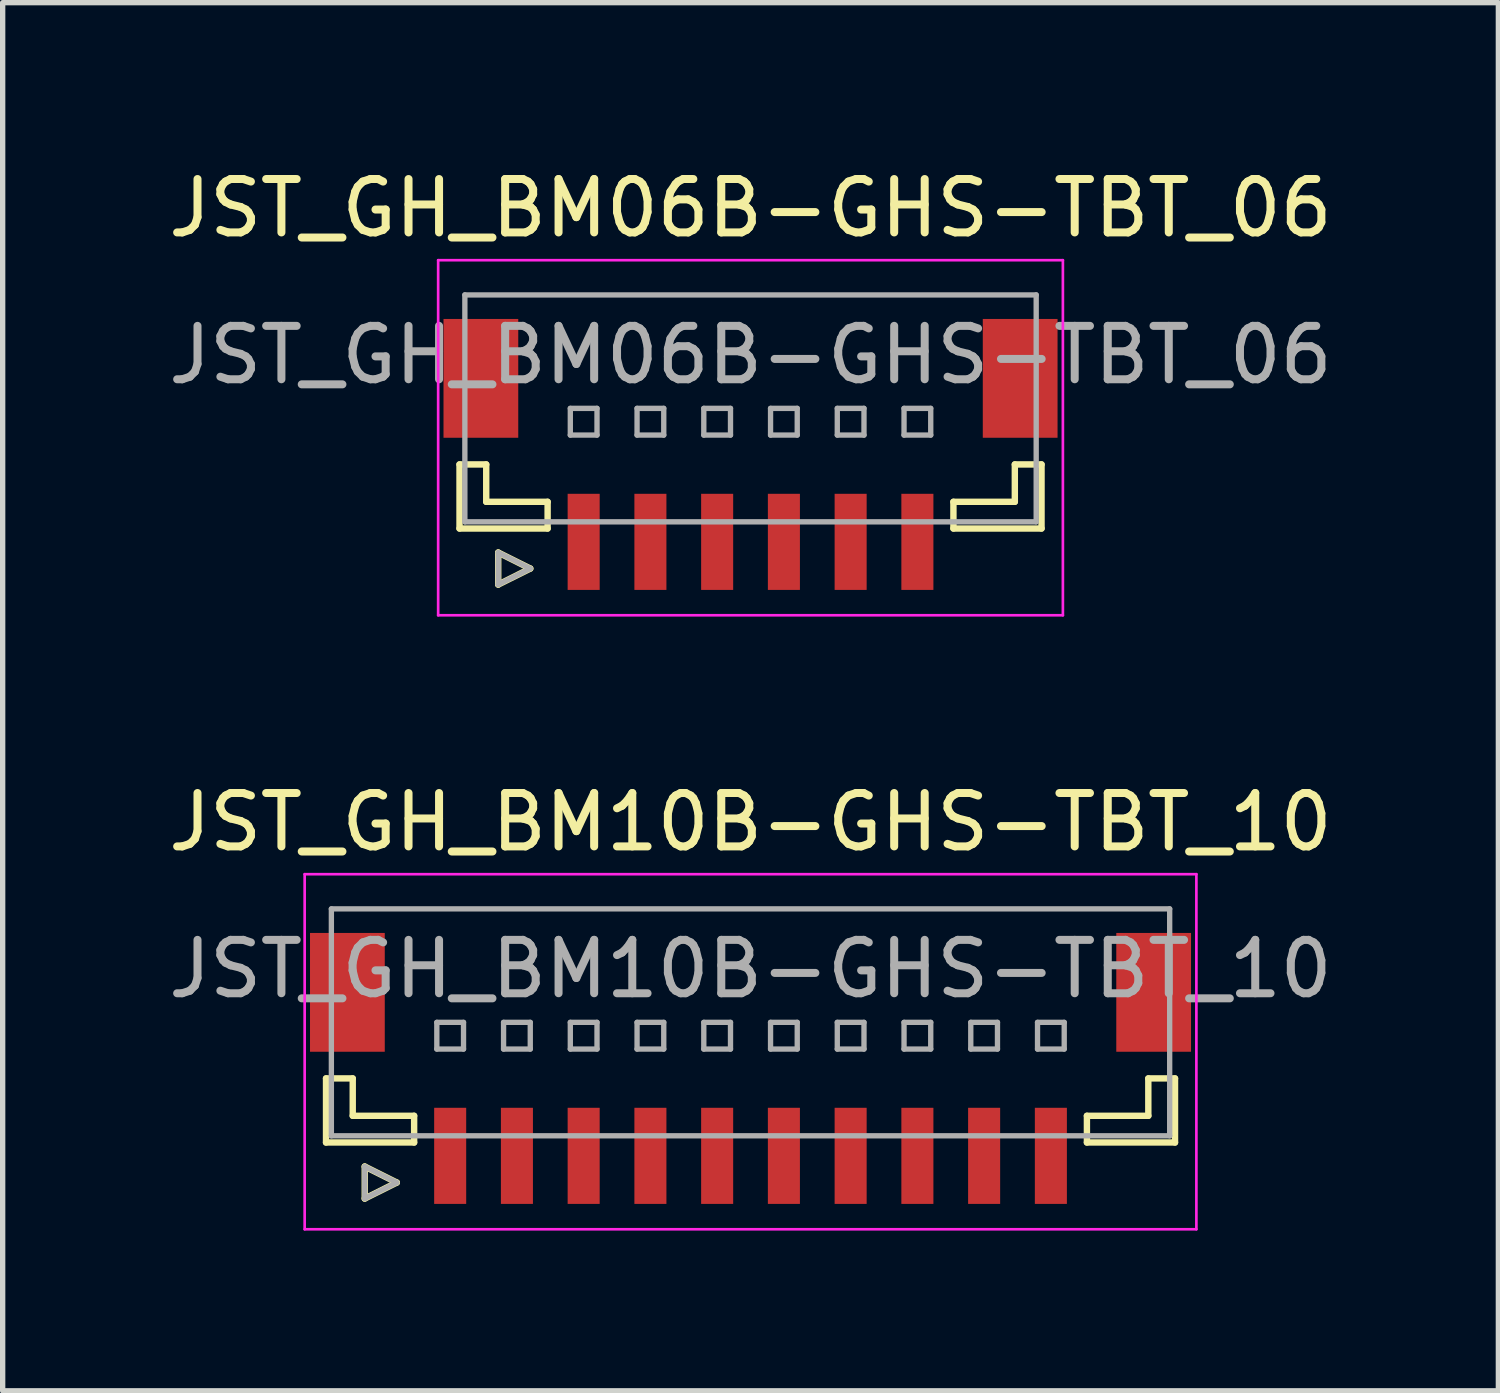
<source format=kicad_pcb>
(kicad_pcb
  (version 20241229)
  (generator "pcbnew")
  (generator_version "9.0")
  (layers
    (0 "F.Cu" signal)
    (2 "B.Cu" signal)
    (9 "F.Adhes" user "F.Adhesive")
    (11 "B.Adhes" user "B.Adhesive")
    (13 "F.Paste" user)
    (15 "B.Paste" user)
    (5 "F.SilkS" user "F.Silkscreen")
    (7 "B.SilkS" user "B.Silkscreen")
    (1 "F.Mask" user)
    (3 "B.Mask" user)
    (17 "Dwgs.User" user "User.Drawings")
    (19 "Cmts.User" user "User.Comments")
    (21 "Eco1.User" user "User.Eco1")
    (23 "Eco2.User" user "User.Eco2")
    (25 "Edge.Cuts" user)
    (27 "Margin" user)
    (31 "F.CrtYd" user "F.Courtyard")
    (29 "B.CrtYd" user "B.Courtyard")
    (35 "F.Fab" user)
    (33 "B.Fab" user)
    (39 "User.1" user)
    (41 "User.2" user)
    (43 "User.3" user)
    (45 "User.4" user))
  (footprint "JST_GH_BM06B-GHS-TBT_06"
    (layer "F.Cu")
    (at 11.006 5.423)
    (property "Reference" "JST_GH_BM06B-GHS-TBT_06" (at 0 -4.575 0) (layer "F.SilkS") (effects (font (size 1 1) (thickness 0.15))))
    (attr smd)
    (fp_line (start -5.45 0.225) (end -5.45 1.425) (stroke (width 0.12) (type solid)) (layer "F.SilkS"))
    (fp_line (start -5.45 1.425) (end -3.8 1.425) (stroke (width 0.12) (type solid)) (layer "F.SilkS"))
    (fp_line (start -4.95 0.225) (end -5.45 0.225) (stroke (width 0.12) (type solid)) (layer "F.SilkS"))
    (fp_line (start -4.95 0.925) (end -4.95 0.225) (stroke (width 0.12) (type solid)) (layer "F.SilkS"))
    (fp_line (start -4.725 1.875) (end -4.125 2.175) (stroke (width 0.12) (type solid)) (layer "F.SilkS"))
    (fp_line (start -4.725 2.475) (end -4.725 1.875) (stroke (width 0.12) (type solid)) (layer "F.SilkS"))
    (fp_line (start -4.125 2.175) (end -4.725 2.475) (stroke (width 0.12) (type solid)) (layer "F.SilkS"))
    (fp_line (start -3.8 0.925) (end -4.95 0.925) (stroke (width 0.12) (type solid)) (layer "F.SilkS"))
    (fp_line (start -3.8 1.425) (end -3.8 0.925) (stroke (width 0.12) (type solid)) (layer "F.SilkS"))
    (fp_line (start 3.8 0.925) (end 4.95 0.925) (stroke (width 0.12) (type solid)) (layer "F.SilkS"))
    (fp_line (start 3.8 1.425) (end 3.8 0.925) (stroke (width 0.12) (type solid)) (layer "F.SilkS"))
    (fp_line (start 4.95 0.225) (end 5.45 0.225) (stroke (width 0.12) (type solid)) (layer "F.SilkS"))
    (fp_line (start 4.95 0.925) (end 4.95 0.225) (stroke (width 0.12) (type solid)) (layer "F.SilkS"))
    (fp_line (start 5.45 0.225) (end 5.45 1.425) (stroke (width 0.12) (type solid)) (layer "F.SilkS"))
    (fp_line (start 5.45 1.425) (end 3.8 1.425) (stroke (width 0.12) (type solid)) (layer "F.SilkS"))
    (fp_line (start -5.85 -3.6) (end 5.85 -3.6) (stroke (width 0.05) (type solid)) (layer "F.CrtYd"))
    (fp_line (start -5.85 3.05) (end -5.85 -3.6) (stroke (width 0.05) (type solid)) (layer "F.CrtYd"))
    (fp_line (start 5.85 -3.6) (end 5.85 3.05) (stroke (width 0.05) (type solid)) (layer "F.CrtYd"))
    (fp_line (start 5.85 3.05) (end -5.85 3.05) (stroke (width 0.05) (type solid)) (layer "F.CrtYd"))
    (fp_line (start -5.35 -2.95) (end 5.35 -2.95) (stroke (width 0.1) (type solid)) (layer "F.Fab"))
    (fp_line (start -5.35 1.3) (end -5.35 -2.95) (stroke (width 0.1) (type solid)) (layer "F.Fab"))
    (fp_line (start -4.725 1.875) (end -4.125 2.175) (stroke (width 0.1) (type solid)) (layer "F.Fab"))
    (fp_line (start -4.725 2.475) (end -4.725 1.875) (stroke (width 0.1) (type solid)) (layer "F.Fab"))
    (fp_line (start -4.125 2.175) (end -4.725 2.475) (stroke (width 0.1) (type solid)) (layer "F.Fab"))
    (fp_line (start -3.375 -0.825) (end -2.875 -0.825) (stroke (width 0.1) (type solid)) (layer "F.Fab"))
    (fp_line (start -3.375 -0.325) (end -3.375 -0.825) (stroke (width 0.1) (type solid)) (layer "F.Fab"))
    (fp_line (start -2.875 -0.825) (end -2.875 -0.325) (stroke (width 0.1) (type solid)) (layer "F.Fab"))
    (fp_line (start -2.875 -0.325) (end -3.375 -0.325) (stroke (width 0.1) (type solid)) (layer "F.Fab"))
    (fp_line (start -2.125 -0.825) (end -1.625 -0.825) (stroke (width 0.1) (type solid)) (layer "F.Fab"))
    (fp_line (start -2.125 -0.325) (end -2.125 -0.825) (stroke (width 0.1) (type solid)) (layer "F.Fab"))
    (fp_line (start -1.625 -0.825) (end -1.625 -0.325) (stroke (width 0.1) (type solid)) (layer "F.Fab"))
    (fp_line (start -1.625 -0.325) (end -2.125 -0.325) (stroke (width 0.1) (type solid)) (layer "F.Fab"))
    (fp_line (start -0.875 -0.825) (end -0.375 -0.825) (stroke (width 0.1) (type solid)) (layer "F.Fab"))
    (fp_line (start -0.875 -0.325) (end -0.875 -0.825) (stroke (width 0.1) (type solid)) (layer "F.Fab"))
    (fp_line (start -0.375 -0.825) (end -0.375 -0.325) (stroke (width 0.1) (type solid)) (layer "F.Fab"))
    (fp_line (start -0.375 -0.325) (end -0.875 -0.325) (stroke (width 0.1) (type solid)) (layer "F.Fab"))
    (fp_line (start 0.375 -0.825) (end 0.875 -0.825) (stroke (width 0.1) (type solid)) (layer "F.Fab"))
    (fp_line (start 0.375 -0.325) (end 0.375 -0.825) (stroke (width 0.1) (type solid)) (layer "F.Fab"))
    (fp_line (start 0.875 -0.825) (end 0.875 -0.325) (stroke (width 0.1) (type solid)) (layer "F.Fab"))
    (fp_line (start 0.875 -0.325) (end 0.375 -0.325) (stroke (width 0.1) (type solid)) (layer "F.Fab"))
    (fp_line (start 1.625 -0.825) (end 2.125 -0.825) (stroke (width 0.1) (type solid)) (layer "F.Fab"))
    (fp_line (start 1.625 -0.325) (end 1.625 -0.825) (stroke (width 0.1) (type solid)) (layer "F.Fab"))
    (fp_line (start 2.125 -0.825) (end 2.125 -0.325) (stroke (width 0.1) (type solid)) (layer "F.Fab"))
    (fp_line (start 2.125 -0.325) (end 1.625 -0.325) (stroke (width 0.1) (type solid)) (layer "F.Fab"))
    (fp_line (start 2.875 -0.825) (end 3.375 -0.825) (stroke (width 0.1) (type solid)) (layer "F.Fab"))
    (fp_line (start 2.875 -0.325) (end 2.875 -0.825) (stroke (width 0.1) (type solid)) (layer "F.Fab"))
    (fp_line (start 3.375 -0.825) (end 3.375 -0.325) (stroke (width 0.1) (type solid)) (layer "F.Fab"))
    (fp_line (start 3.375 -0.325) (end 2.875 -0.325) (stroke (width 0.1) (type solid)) (layer "F.Fab"))
    (fp_line (start 5.35 -2.95) (end 5.35 1.3) (stroke (width 0.1) (type solid)) (layer "F.Fab"))
    (fp_line (start 5.35 1.3) (end -5.35 1.3) (stroke (width 0.1) (type solid)) (layer "F.Fab"))
    (fp_text user "${REFERENCE}" (at 0 -1.825 0) (layer "F.Fab") (effects (font (size 1 1) (thickness 0.15))))
    (pad "" smd rect (at -5.05 -1.387) (size 1.4 2.225) (layers "F.Cu" "F.Mask" "F.Paste"))
    (pad "" smd rect (at 5.05 -1.387) (size 1.4 2.225) (layers "F.Cu" "F.Mask" "F.Paste"))
    (pad "1" smd rect (at -3.125 1.675) (size 0.6 1.8) (layers "F.Cu" "F.Mask" "F.Paste"))
    (pad "2" smd rect (at -1.875 1.675) (size 0.6 1.8) (layers "F.Cu" "F.Mask" "F.Paste"))
    (pad "3" smd rect (at -0.625 1.675) (size 0.6 1.8) (layers "F.Cu" "F.Mask" "F.Paste"))
    (pad "4" smd rect (at 0.625 1.675) (size 0.6 1.8) (layers "F.Cu" "F.Mask" "F.Paste"))
    (pad "5" smd rect (at 1.875 1.675) (size 0.6 1.8) (layers "F.Cu" "F.Mask" "F.Paste"))
    (pad "6" smd rect (at 3.125 1.675) (size 0.6 1.8) (layers "F.Cu" "F.Mask" "F.Paste")))
  (footprint "JST_GH_BM10B-GHS-TBT_10"
    (layer "F.Cu")
    (at 11.006 16.922)
    (property "Reference" "JST_GH_BM10B-GHS-TBT_10" (at 0 -4.575 0) (layer "F.SilkS") (effects (font (size 1 1) (thickness 0.15))))
    (attr smd)
    (fp_line (start -7.95 0.225) (end -7.95 1.425) (stroke (width 0.12) (type solid)) (layer "F.SilkS"))
    (fp_line (start -7.95 1.425) (end -6.3 1.425) (stroke (width 0.12) (type solid)) (layer "F.SilkS"))
    (fp_line (start -7.45 0.225) (end -7.95 0.225) (stroke (width 0.12) (type solid)) (layer "F.SilkS"))
    (fp_line (start -7.45 0.925) (end -7.45 0.225) (stroke (width 0.12) (type solid)) (layer "F.SilkS"))
    (fp_line (start -7.225 1.875) (end -6.625 2.175) (stroke (width 0.12) (type solid)) (layer "F.SilkS"))
    (fp_line (start -7.225 2.475) (end -7.225 1.875) (stroke (width 0.12) (type solid)) (layer "F.SilkS"))
    (fp_line (start -6.625 2.175) (end -7.225 2.475) (stroke (width 0.12) (type solid)) (layer "F.SilkS"))
    (fp_line (start -6.3 0.925) (end -7.45 0.925) (stroke (width 0.12) (type solid)) (layer "F.SilkS"))
    (fp_line (start -6.3 1.425) (end -6.3 0.925) (stroke (width 0.12) (type solid)) (layer "F.SilkS"))
    (fp_line (start 6.3 0.925) (end 7.45 0.925) (stroke (width 0.12) (type solid)) (layer "F.SilkS"))
    (fp_line (start 6.3 1.425) (end 6.3 0.925) (stroke (width 0.12) (type solid)) (layer "F.SilkS"))
    (fp_line (start 7.45 0.225) (end 7.95 0.225) (stroke (width 0.12) (type solid)) (layer "F.SilkS"))
    (fp_line (start 7.45 0.925) (end 7.45 0.225) (stroke (width 0.12) (type solid)) (layer "F.SilkS"))
    (fp_line (start 7.95 0.225) (end 7.95 1.425) (stroke (width 0.12) (type solid)) (layer "F.SilkS"))
    (fp_line (start 7.95 1.425) (end 6.3 1.425) (stroke (width 0.12) (type solid)) (layer "F.SilkS"))
    (fp_line (start -8.35 -3.6) (end 8.35 -3.6) (stroke (width 0.05) (type solid)) (layer "F.CrtYd"))
    (fp_line (start -8.35 3.05) (end -8.35 -3.6) (stroke (width 0.05) (type solid)) (layer "F.CrtYd"))
    (fp_line (start 8.35 -3.6) (end 8.35 3.05) (stroke (width 0.05) (type solid)) (layer "F.CrtYd"))
    (fp_line (start 8.35 3.05) (end -8.35 3.05) (stroke (width 0.05) (type solid)) (layer "F.CrtYd"))
    (fp_line (start -7.85 -2.95) (end 7.85 -2.95) (stroke (width 0.1) (type solid)) (layer "F.Fab"))
    (fp_line (start -7.85 1.3) (end -7.85 -2.95) (stroke (width 0.1) (type solid)) (layer "F.Fab"))
    (fp_line (start -7.225 1.875) (end -6.625 2.175) (stroke (width 0.1) (type solid)) (layer "F.Fab"))
    (fp_line (start -7.225 2.475) (end -7.225 1.875) (stroke (width 0.1) (type solid)) (layer "F.Fab"))
    (fp_line (start -6.625 2.175) (end -7.225 2.475) (stroke (width 0.1) (type solid)) (layer "F.Fab"))
    (fp_line (start -5.875 -0.825) (end -5.375 -0.825) (stroke (width 0.1) (type solid)) (layer "F.Fab"))
    (fp_line (start -5.875 -0.325) (end -5.875 -0.825) (stroke (width 0.1) (type solid)) (layer "F.Fab"))
    (fp_line (start -5.375 -0.825) (end -5.375 -0.325) (stroke (width 0.1) (type solid)) (layer "F.Fab"))
    (fp_line (start -5.375 -0.325) (end -5.875 -0.325) (stroke (width 0.1) (type solid)) (layer "F.Fab"))
    (fp_line (start -4.625 -0.825) (end -4.125 -0.825) (stroke (width 0.1) (type solid)) (layer "F.Fab"))
    (fp_line (start -4.625 -0.325) (end -4.625 -0.825) (stroke (width 0.1) (type solid)) (layer "F.Fab"))
    (fp_line (start -4.125 -0.825) (end -4.125 -0.325) (stroke (width 0.1) (type solid)) (layer "F.Fab"))
    (fp_line (start -4.125 -0.325) (end -4.625 -0.325) (stroke (width 0.1) (type solid)) (layer "F.Fab"))
    (fp_line (start -3.375 -0.825) (end -2.875 -0.825) (stroke (width 0.1) (type solid)) (layer "F.Fab"))
    (fp_line (start -3.375 -0.325) (end -3.375 -0.825) (stroke (width 0.1) (type solid)) (layer "F.Fab"))
    (fp_line (start -2.875 -0.825) (end -2.875 -0.325) (stroke (width 0.1) (type solid)) (layer "F.Fab"))
    (fp_line (start -2.875 -0.325) (end -3.375 -0.325) (stroke (width 0.1) (type solid)) (layer "F.Fab"))
    (fp_line (start -2.125 -0.825) (end -1.625 -0.825) (stroke (width 0.1) (type solid)) (layer "F.Fab"))
    (fp_line (start -2.125 -0.325) (end -2.125 -0.825) (stroke (width 0.1) (type solid)) (layer "F.Fab"))
    (fp_line (start -1.625 -0.825) (end -1.625 -0.325) (stroke (width 0.1) (type solid)) (layer "F.Fab"))
    (fp_line (start -1.625 -0.325) (end -2.125 -0.325) (stroke (width 0.1) (type solid)) (layer "F.Fab"))
    (fp_line (start -0.875 -0.825) (end -0.375 -0.825) (stroke (width 0.1) (type solid)) (layer "F.Fab"))
    (fp_line (start -0.875 -0.325) (end -0.875 -0.825) (stroke (width 0.1) (type solid)) (layer "F.Fab"))
    (fp_line (start -0.375 -0.825) (end -0.375 -0.325) (stroke (width 0.1) (type solid)) (layer "F.Fab"))
    (fp_line (start -0.375 -0.325) (end -0.875 -0.325) (stroke (width 0.1) (type solid)) (layer "F.Fab"))
    (fp_line (start 0.375 -0.825) (end 0.875 -0.825) (stroke (width 0.1) (type solid)) (layer "F.Fab"))
    (fp_line (start 0.375 -0.325) (end 0.375 -0.825) (stroke (width 0.1) (type solid)) (layer "F.Fab"))
    (fp_line (start 0.875 -0.825) (end 0.875 -0.325) (stroke (width 0.1) (type solid)) (layer "F.Fab"))
    (fp_line (start 0.875 -0.325) (end 0.375 -0.325) (stroke (width 0.1) (type solid)) (layer "F.Fab"))
    (fp_line (start 1.625 -0.825) (end 2.125 -0.825) (stroke (width 0.1) (type solid)) (layer "F.Fab"))
    (fp_line (start 1.625 -0.325) (end 1.625 -0.825) (stroke (width 0.1) (type solid)) (layer "F.Fab"))
    (fp_line (start 2.125 -0.825) (end 2.125 -0.325) (stroke (width 0.1) (type solid)) (layer "F.Fab"))
    (fp_line (start 2.125 -0.325) (end 1.625 -0.325) (stroke (width 0.1) (type solid)) (layer "F.Fab"))
    (fp_line (start 2.875 -0.825) (end 3.375 -0.825) (stroke (width 0.1) (type solid)) (layer "F.Fab"))
    (fp_line (start 2.875 -0.325) (end 2.875 -0.825) (stroke (width 0.1) (type solid)) (layer "F.Fab"))
    (fp_line (start 3.375 -0.825) (end 3.375 -0.325) (stroke (width 0.1) (type solid)) (layer "F.Fab"))
    (fp_line (start 3.375 -0.325) (end 2.875 -0.325) (stroke (width 0.1) (type solid)) (layer "F.Fab"))
    (fp_line (start 4.125 -0.825) (end 4.625 -0.825) (stroke (width 0.1) (type solid)) (layer "F.Fab"))
    (fp_line (start 4.125 -0.325) (end 4.125 -0.825) (stroke (width 0.1) (type solid)) (layer "F.Fab"))
    (fp_line (start 4.625 -0.825) (end 4.625 -0.325) (stroke (width 0.1) (type solid)) (layer "F.Fab"))
    (fp_line (start 4.625 -0.325) (end 4.125 -0.325) (stroke (width 0.1) (type solid)) (layer "F.Fab"))
    (fp_line (start 5.375 -0.825) (end 5.875 -0.825) (stroke (width 0.1) (type solid)) (layer "F.Fab"))
    (fp_line (start 5.375 -0.325) (end 5.375 -0.825) (stroke (width 0.1) (type solid)) (layer "F.Fab"))
    (fp_line (start 5.875 -0.825) (end 5.875 -0.325) (stroke (width 0.1) (type solid)) (layer "F.Fab"))
    (fp_line (start 5.875 -0.325) (end 5.375 -0.325) (stroke (width 0.1) (type solid)) (layer "F.Fab"))
    (fp_line (start 7.85 -2.95) (end 7.85 1.3) (stroke (width 0.1) (type solid)) (layer "F.Fab"))
    (fp_line (start 7.85 1.3) (end -7.85 1.3) (stroke (width 0.1) (type solid)) (layer "F.Fab"))
    (fp_text user "${REFERENCE}" (at 0 -1.825 0) (layer "F.Fab") (effects (font (size 1 1) (thickness 0.15))))
    (pad "" smd rect (at -7.55 -1.387) (size 1.4 2.225) (layers "F.Cu" "F.Mask" "F.Paste"))
    (pad "" smd rect (at 7.55 -1.387) (size 1.4 2.225) (layers "F.Cu" "F.Mask" "F.Paste"))
    (pad "1" smd rect (at -5.625 1.675) (size 0.6 1.8) (layers "F.Cu" "F.Mask" "F.Paste"))
    (pad "2" smd rect (at -4.375 1.675) (size 0.6 1.8) (layers "F.Cu" "F.Mask" "F.Paste"))
    (pad "3" smd rect (at -3.125 1.675) (size 0.6 1.8) (layers "F.Cu" "F.Mask" "F.Paste"))
    (pad "4" smd rect (at -1.875 1.675) (size 0.6 1.8) (layers "F.Cu" "F.Mask" "F.Paste"))
    (pad "5" smd rect (at -0.625 1.675) (size 0.6 1.8) (layers "F.Cu" "F.Mask" "F.Paste"))
    (pad "6" smd rect (at 0.625 1.675) (size 0.6 1.8) (layers "F.Cu" "F.Mask" "F.Paste"))
    (pad "7" smd rect (at 1.875 1.675) (size 0.6 1.8) (layers "F.Cu" "F.Mask" "F.Paste"))
    (pad "8" smd rect (at 3.125 1.675) (size 0.6 1.8) (layers "F.Cu" "F.Mask" "F.Paste"))
    (pad "9" smd rect (at 4.375 1.675) (size 0.6 1.8) (layers "F.Cu" "F.Mask" "F.Paste"))
    (pad "10" smd rect (at 5.625 1.675) (size 0.6 1.8) (layers "F.Cu" "F.Mask" "F.Paste")))
  (gr_rect
    (start -3 -3)
    (end 25.012 22.997)
    (stroke (width 0.1) (type default))
    (fill no)
    (layer "Edge.Cuts")))
</source>
